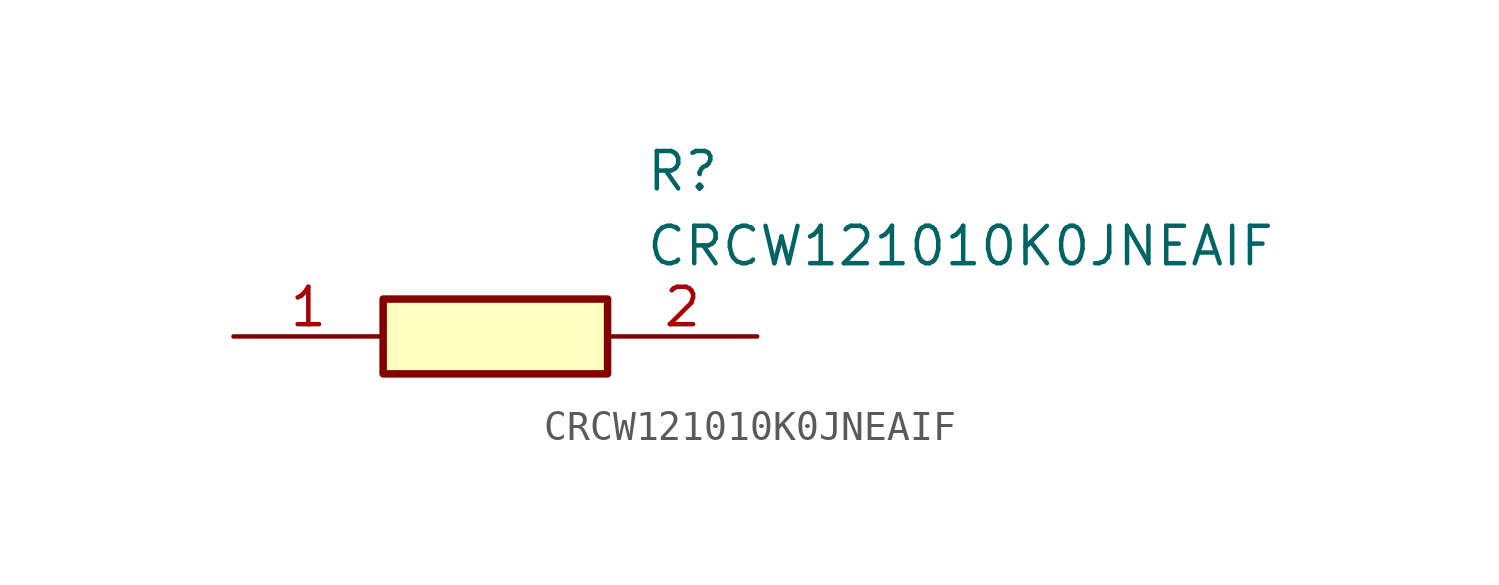
<source format=kicad_sym>
(kicad_symbol_lib
  (version 20211014)
  (generator SamacSys_ECAD_Model)
  (symbol "CRCW121010K0JNEAIF"
    (pin_names hide)
    (property "Reference" "R"
      (at 13.97 6.35 0)
      (effects (font (size 1.27 1.27)) (justify left top)))
    (property "Value" "CRCW121010K0JNEAIF"
      (at 13.97 3.81 0)
      (effects (font (size 1.27 1.27)) (justify left top)))
    (rectangle
      (start 5.08 1.27)
      (end 12.7 -1.27)
      (stroke (width 0.254) (type default))
      (fill (type background)))
    (pin passive line
      (at 0 0 0)
      (length 5.08)
      (name "1" (effects (font (size 1.27 1.27))))
      (number "1" (effects (font (size 1.27 1.27)))))
    (pin passive line
      (at 17.78 0 180)
      (length 5.08)
      (name "2" (effects (font (size 1.27 1.27))))
      (number "2" (effects (font (size 1.27 1.27)))))))
</source>
